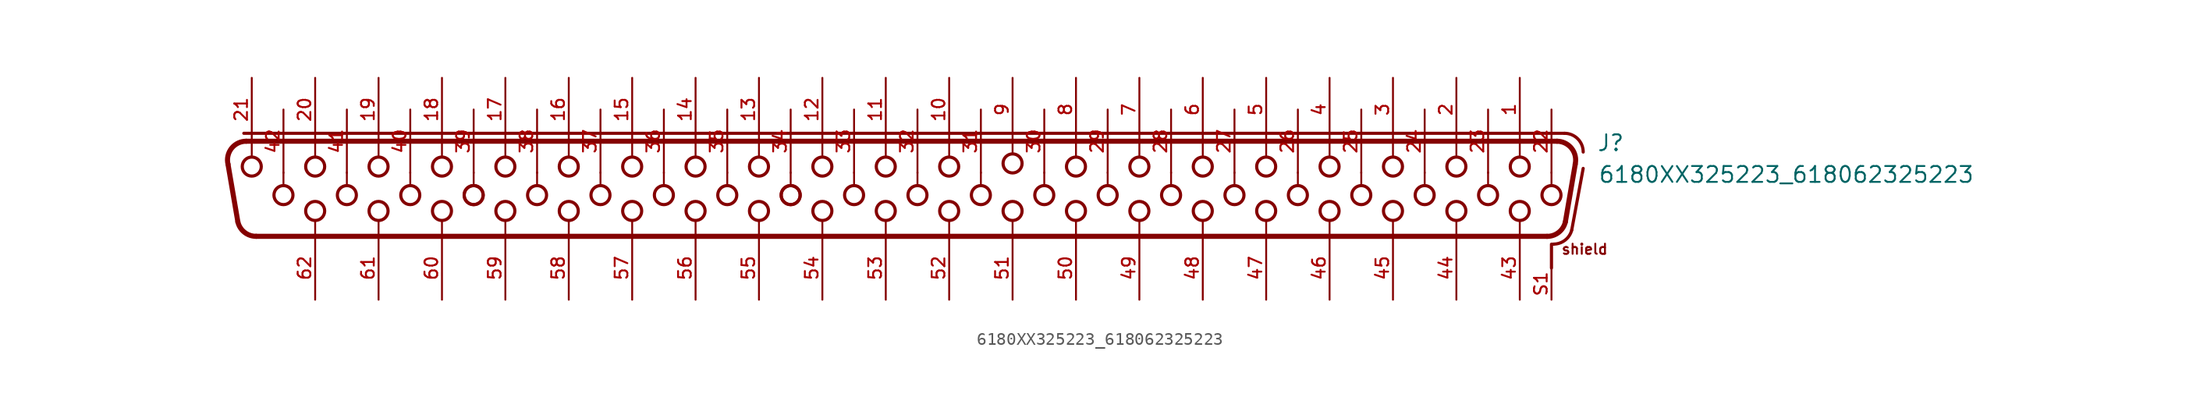
<source format=kicad_sym>
(kicad_symbol_lib
  (version 20231120)
  (generator "kicad_symbol_editor")
  (generator_version "8.0")
  (symbol "6180XX325223_618062325223"
    (pin_names
      (offset 1.016))
    (property "Reference" "J"
      (at 56.96 1.66 0)
      (effects (font (size 1.27 1.27)) (justify left bottom)))
    (property "Value" "6180XX325223_618062325223"
      (at 57.06 -0.88 0)
      (effects (font (size 1.27 1.27)) (justify left bottom)))
    (symbol "6180XX325223_618062325223_0_0"
      (arc (start -51.9129 -3.9248) (mid -51.3868 -4.7539) (end -50.4531 -5.08) (stroke (width 0.4064) (type default)) (fill (type none)))
      (arc (start -51.2444 2.54) (mid -52.4206 1.9708) (end -52.7042 0.6952) (stroke (width 0.4064) (type default)) (fill (type none)))
      (circle (center -50.8 0.508) (radius 0.762) (stroke (width 0.254) (type default)) (fill (type none)))
      (circle (center -48.26 -1.778) (radius 0.762) (stroke (width 0.254) (type default)) (fill (type none)))
      (circle (center -45.72 -3.048) (radius 0.762) (stroke (width 0.254) (type default)) (fill (type none)))
      (circle (center -45.72 0.508) (radius 0.762) (stroke (width 0.254) (type default)) (fill (type none)))
      (circle (center -43.18 -1.778) (radius 0.762) (stroke (width 0.254) (type default)) (fill (type none)))
      (circle (center -40.64 -3.048) (radius 0.762) (stroke (width 0.254) (type default)) (fill (type none)))
      (circle (center -40.64 0.508) (radius 0.762) (stroke (width 0.254) (type default)) (fill (type none)))
      (circle (center -38.1 -1.778) (radius 0.762) (stroke (width 0.254) (type default)) (fill (type none)))
      (circle (center -35.56 -3.048) (radius 0.762) (stroke (width 0.254) (type default)) (fill (type none)))
      (circle (center -35.56 0.508) (radius 0.762) (stroke (width 0.254) (type default)) (fill (type none)))
      (circle (center -33.02 -1.778) (radius 0.762) (stroke (width 0.254) (type default)) (fill (type none)))
      (circle (center -33.02 -1.778) (radius 0.762) (stroke (width 0.254) (type default)) (fill (type none)))
      (circle (center -30.48 -3.048) (radius 0.762) (stroke (width 0.254) (type default)) (fill (type none)))
      (circle (center -30.48 0.508) (radius 0.762) (stroke (width 0.254) (type default)) (fill (type none)))
      (circle (center -27.94 -1.778) (radius 0.762) (stroke (width 0.254) (type default)) (fill (type none)))
      (circle (center -25.4 -3.048) (radius 0.762) (stroke (width 0.254) (type default)) (fill (type none)))
      (circle (center -25.4 0.508) (radius 0.762) (stroke (width 0.254) (type default)) (fill (type none)))
      (circle (center -22.86 -1.778) (radius 0.762) (stroke (width 0.254) (type default)) (fill (type none)))
      (circle (center -20.32 -3.048) (radius 0.762) (stroke (width 0.254) (type default)) (fill (type none)))
      (circle (center -20.32 0.508) (radius 0.762) (stroke (width 0.254) (type default)) (fill (type none)))
      (circle (center -17.78 -1.778) (radius 0.762) (stroke (width 0.254) (type default)) (fill (type none)))
      (circle (center -15.24 -3.048) (radius 0.762) (stroke (width 0.254) (type default)) (fill (type none)))
      (circle (center -15.24 0.508) (radius 0.762) (stroke (width 0.254) (type default)) (fill (type none)))
      (circle (center -12.7 -1.778) (radius 0.762) (stroke (width 0.254) (type default)) (fill (type none)))
      (circle (center -10.16 -3.048) (radius 0.762) (stroke (width 0.254) (type default)) (fill (type none)))
      (circle (center -10.16 0.508) (radius 0.762) (stroke (width 0.254) (type default)) (fill (type none)))
      (circle (center -7.62 -1.778) (radius 0.762) (stroke (width 0.254) (type default)) (fill (type none)))
      (circle (center -7.62 -1.778) (radius 0.762) (stroke (width 0.254) (type default)) (fill (type none)))
      (circle (center -5.08 -3.048) (radius 0.762) (stroke (width 0.254) (type default)) (fill (type none)))
      (circle (center -5.08 0.508) (radius 0.762) (stroke (width 0.254) (type default)) (fill (type none)))
      (circle (center -2.54 -1.778) (radius 0.762) (stroke (width 0.254) (type default)) (fill (type none)))
      (circle (center 0 -3.048) (radius 0.762) (stroke (width 0.254) (type default)) (fill (type none)))
      (polyline (pts (xy -51.913 -3.925) (xy -52.704 0.695)) (stroke (width 0.406) (type default)) (fill (type none)))
      (polyline (pts (xy -51.435 3.175) (xy 54.38 3.175)) (stroke (width 0.254) (type default)) (fill (type none)))
      (polyline (pts (xy -51.244 2.54) (xy 53.784 2.54)) (stroke (width 0.406) (type default)) (fill (type none)))
      (polyline (pts (xy -50.8 2.58) (xy -50.8 1.3)) (stroke (width 0.152) (type default)) (fill (type none)))
      (polyline (pts (xy -48.26 0.04) (xy -48.26 -1.04)) (stroke (width 0.152) (type default)) (fill (type none)))
      (polyline (pts (xy -45.72 -5.12) (xy -45.72 -3.84)) (stroke (width 0.152) (type default)) (fill (type none)))
      (polyline (pts (xy -45.72 2.58) (xy -45.72 1.3)) (stroke (width 0.152) (type default)) (fill (type none)))
      (polyline (pts (xy -43.18 0.04) (xy -43.18 -1.04)) (stroke (width 0.152) (type default)) (fill (type none)))
      (polyline (pts (xy -40.64 -5.12) (xy -40.64 -3.84)) (stroke (width 0.152) (type default)) (fill (type none)))
      (polyline (pts (xy -40.64 2.58) (xy -40.64 1.3)) (stroke (width 0.152) (type default)) (fill (type none)))
      (polyline (pts (xy -38.1 0.04) (xy -38.1 -1.04)) (stroke (width 0.152) (type default)) (fill (type none)))
      (polyline (pts (xy -35.56 -5.12) (xy -35.56 -3.84)) (stroke (width 0.152) (type default)) (fill (type none)))
      (polyline (pts (xy -35.56 2.58) (xy -35.56 1.3)) (stroke (width 0.152) (type default)) (fill (type none)))
      (polyline (pts (xy -33.02 0.04) (xy -33.02 -1.04)) (stroke (width 0.152) (type default)) (fill (type none)))
      (polyline (pts (xy -30.48 -5.12) (xy -30.48 -3.84)) (stroke (width 0.152) (type default)) (fill (type none)))
      (polyline (pts (xy -30.48 2.58) (xy -30.48 1.3)) (stroke (width 0.152) (type default)) (fill (type none)))
      (polyline (pts (xy -27.94 0.04) (xy -27.94 -1.04)) (stroke (width 0.152) (type default)) (fill (type none)))
      (polyline (pts (xy -25.4 -5.12) (xy -25.4 -3.84)) (stroke (width 0.152) (type default)) (fill (type none)))
      (polyline (pts (xy -25.4 2.58) (xy -25.4 1.3)) (stroke (width 0.152) (type default)) (fill (type none)))
      (polyline (pts (xy -22.86 0.04) (xy -22.86 -1.04)) (stroke (width 0.152) (type default)) (fill (type none)))
      (polyline (pts (xy -20.32 -5.12) (xy -20.32 -3.84)) (stroke (width 0.152) (type default)) (fill (type none)))
      (polyline (pts (xy -20.32 2.58) (xy -20.32 1.3)) (stroke (width 0.152) (type default)) (fill (type none)))
      (polyline (pts (xy -17.78 0.04) (xy -17.78 -1.04)) (stroke (width 0.152) (type default)) (fill (type none)))
      (polyline (pts (xy -15.24 -5.12) (xy -15.24 -3.84)) (stroke (width 0.152) (type default)) (fill (type none)))
      (polyline (pts (xy -15.24 2.58) (xy -15.24 1.3)) (stroke (width 0.152) (type default)) (fill (type none)))
      (polyline (pts (xy -12.7 0.04) (xy -12.7 -1.04)) (stroke (width 0.152) (type default)) (fill (type none)))
      (polyline (pts (xy -10.16 -5.12) (xy -10.16 -3.84)) (stroke (width 0.152) (type default)) (fill (type none)))
      (polyline (pts (xy -10.16 2.58) (xy -10.16 1.3)) (stroke (width 0.152) (type default)) (fill (type none)))
      (polyline (pts (xy -7.62 0.04) (xy -7.62 -1.04)) (stroke (width 0.152) (type default)) (fill (type none)))
      (polyline (pts (xy -5.08 -5.12) (xy -5.08 -3.84)) (stroke (width 0.152) (type default)) (fill (type none)))
      (polyline (pts (xy -5.08 2.58) (xy -5.08 1.3)) (stroke (width 0.152) (type default)) (fill (type none)))
      (polyline (pts (xy -2.54 0.04) (xy -2.54 -1.04)) (stroke (width 0.152) (type default)) (fill (type none)))
      (polyline (pts (xy 0 -5.12) (xy 0 -3.84)) (stroke (width 0.152) (type default)) (fill (type none)))
      (polyline (pts (xy 0 2.58) (xy 0 1.3)) (stroke (width 0.152) (type default)) (fill (type none)))
      (polyline (pts (xy 2.54 0.04) (xy 2.54 -1.04)) (stroke (width 0.152) (type default)) (fill (type none)))
      (polyline (pts (xy 5.08 -5.12) (xy 5.08 -3.84)) (stroke (width 0.152) (type default)) (fill (type none)))
      (polyline (pts (xy 5.08 2.58) (xy 5.08 1.3)) (stroke (width 0.152) (type default)) (fill (type none)))
      (polyline (pts (xy 7.62 0.04) (xy 7.62 -1.04)) (stroke (width 0.152) (type default)) (fill (type none)))
      (polyline (pts (xy 10.16 -5.12) (xy 10.16 -3.84)) (stroke (width 0.152) (type default)) (fill (type none)))
      (polyline (pts (xy 10.16 2.58) (xy 10.16 1.5)) (stroke (width 0.152) (type default)) (fill (type none)))
      (polyline (pts (xy 12.7 0.04) (xy 12.7 -1.04)) (stroke (width 0.152) (type default)) (fill (type none)))
      (polyline (pts (xy 15.24 -5.12) (xy 15.24 -3.84)) (stroke (width 0.152) (type default)) (fill (type none)))
      (polyline (pts (xy 15.24 2.58) (xy 15.24 1.3)) (stroke (width 0.152) (type default)) (fill (type none)))
      (polyline (pts (xy 17.78 0.04) (xy 17.78 -1.04)) (stroke (width 0.152) (type default)) (fill (type none)))
      (polyline (pts (xy 20.32 -5.12) (xy 20.32 -3.84)) (stroke (width 0.152) (type default)) (fill (type none)))
      (polyline (pts (xy 20.32 2.58) (xy 20.32 1.3)) (stroke (width 0.152) (type default)) (fill (type none)))
      (polyline (pts (xy 22.86 0.04) (xy 22.86 -1.04)) (stroke (width 0.152) (type default)) (fill (type none)))
      (polyline (pts (xy 25.4 -5.12) (xy 25.4 -3.84)) (stroke (width 0.152) (type default)) (fill (type none)))
      (polyline (pts (xy 25.4 2.58) (xy 25.4 1.3)) (stroke (width 0.152) (type default)) (fill (type none)))
      (polyline (pts (xy 27.94 0.04) (xy 27.94 -1.04)) (stroke (width 0.152) (type default)) (fill (type none)))
      (polyline (pts (xy 30.48 -5.12) (xy 30.48 -3.84)) (stroke (width 0.152) (type default)) (fill (type none)))
      (polyline (pts (xy 30.48 2.58) (xy 30.48 1.3)) (stroke (width 0.152) (type default)) (fill (type none)))
      (polyline (pts (xy 33.02 0.04) (xy 33.02 -1.04)) (stroke (width 0.152) (type default)) (fill (type none)))
      (polyline (pts (xy 35.56 -5.12) (xy 35.56 -3.84)) (stroke (width 0.152) (type default)) (fill (type none)))
      (polyline (pts (xy 35.56 2.58) (xy 35.56 1.3)) (stroke (width 0.152) (type default)) (fill (type none)))
      (polyline (pts (xy 38.1 0.04) (xy 38.1 -1.04)) (stroke (width 0.152) (type default)) (fill (type none)))
      (polyline (pts (xy 40.64 -5.12) (xy 40.64 -3.84)) (stroke (width 0.152) (type default)) (fill (type none)))
      (polyline (pts (xy 40.64 2.58) (xy 40.64 1.3)) (stroke (width 0.152) (type default)) (fill (type none)))
      (polyline (pts (xy 43.18 0.04) (xy 43.18 -1.04)) (stroke (width 0.152) (type default)) (fill (type none)))
      (polyline (pts (xy 45.72 -5.12) (xy 45.72 -3.84)) (stroke (width 0.152) (type default)) (fill (type none)))
      (polyline (pts (xy 45.72 2.58) (xy 45.72 1.3)) (stroke (width 0.152) (type default)) (fill (type none)))
      (polyline (pts (xy 48.26 0.04) (xy 48.26 -1.04)) (stroke (width 0.152) (type default)) (fill (type none)))
      (polyline (pts (xy 50.8 -5.12) (xy 50.8 -3.84)) (stroke (width 0.152) (type default)) (fill (type none)))
      (polyline (pts (xy 50.8 2.58) (xy 50.8 1.3)) (stroke (width 0.152) (type default)) (fill (type none)))
      (polyline (pts (xy 52.993 -5.08) (xy -50.453 -5.08)) (stroke (width 0.406) (type default)) (fill (type none)))
      (polyline (pts (xy 53.34 -5.715) (xy 53.34 -7.62)) (stroke (width 0.254) (type default)) (fill (type none)))
      (polyline (pts (xy 53.34 0.04) (xy 53.34 -1.04)) (stroke (width 0.152) (type default)) (fill (type none)))
      (polyline (pts (xy 53.38 -5.71) (xy 53.509 -5.71)) (stroke (width 0.254) (type default)) (fill (type none)))
      (polyline (pts (xy 54.964 -4.574) (xy 55.88 0.36)) (stroke (width 0.254) (type default)) (fill (type none)))
      (polyline (pts (xy 55.244 0.695) (xy 54.453 -3.925)) (stroke (width 0.406) (type default)) (fill (type none)))
      (circle (center 0 0.508) (radius 0.762) (stroke (width 0.254) (type default)) (fill (type none)))
      (circle (center 2.54 -1.778) (radius 0.762) (stroke (width 0.254) (type default)) (fill (type none)))
      (circle (center 5.08 -3.048) (radius 0.762) (stroke (width 0.254) (type default)) (fill (type none)))
      (circle (center 5.08 0.508) (radius 0.762) (stroke (width 0.254) (type default)) (fill (type none)))
      (circle (center 7.62 -1.778) (radius 0.762) (stroke (width 0.254) (type default)) (fill (type none)))
      (circle (center 10.16 -3.048) (radius 0.762) (stroke (width 0.254) (type default)) (fill (type none)))
      (circle (center 10.16 0.762) (radius 0.762) (stroke (width 0.254) (type default)) (fill (type none)))
      (circle (center 12.7 -1.778) (radius 0.762) (stroke (width 0.254) (type default)) (fill (type none)))
      (circle (center 15.24 -3.048) (radius 0.762) (stroke (width 0.254) (type default)) (fill (type none)))
      (circle (center 15.24 0.508) (radius 0.762) (stroke (width 0.254) (type default)) (fill (type none)))
      (circle (center 17.78 -1.778) (radius 0.762) (stroke (width 0.254) (type default)) (fill (type none)))
      (circle (center 20.32 -3.048) (radius 0.762) (stroke (width 0.254) (type default)) (fill (type none)))
      (circle (center 20.32 0.508) (radius 0.762) (stroke (width 0.254) (type default)) (fill (type none)))
      (circle (center 22.86 -1.778) (radius 0.762) (stroke (width 0.254) (type default)) (fill (type none)))
      (circle (center 25.4 -3.048) (radius 0.762) (stroke (width 0.254) (type default)) (fill (type none)))
      (circle (center 25.4 0.508) (radius 0.762) (stroke (width 0.254) (type default)) (fill (type none)))
      (circle (center 27.94 -1.778) (radius 0.762) (stroke (width 0.254) (type default)) (fill (type none)))
      (circle (center 30.48 -3.048) (radius 0.762) (stroke (width 0.254) (type default)) (fill (type none)))
      (circle (center 30.48 0.508) (radius 0.762) (stroke (width 0.254) (type default)) (fill (type none)))
      (circle (center 33.02 -1.778) (radius 0.762) (stroke (width 0.254) (type default)) (fill (type none)))
      (circle (center 35.56 -3.048) (radius 0.762) (stroke (width 0.254) (type default)) (fill (type none)))
      (circle (center 35.56 0.508) (radius 0.762) (stroke (width 0.254) (type default)) (fill (type none)))
      (circle (center 38.1 -1.778) (radius 0.762) (stroke (width 0.254) (type default)) (fill (type none)))
      (circle (center 40.64 -3.048) (radius 0.762) (stroke (width 0.254) (type default)) (fill (type none)))
      (circle (center 40.64 0.508) (radius 0.762) (stroke (width 0.254) (type default)) (fill (type none)))
      (circle (center 43.18 -1.778) (radius 0.762) (stroke (width 0.254) (type default)) (fill (type none)))
      (circle (center 45.72 -3.048) (radius 0.762) (stroke (width 0.254) (type default)) (fill (type none)))
      (circle (center 45.72 0.508) (radius 0.762) (stroke (width 0.254) (type default)) (fill (type none)))
      (circle (center 48.26 -1.778) (radius 0.762) (stroke (width 0.254) (type default)) (fill (type none)))
      (circle (center 50.8 -3.048) (radius 0.762) (stroke (width 0.254) (type default)) (fill (type none)))
      (circle (center 50.8 0.508) (radius 0.762) (stroke (width 0.254) (type default)) (fill (type none)))
      (arc (start 52.9931 -5.08) (mid 53.9208 -4.7586) (end 54.4529 -3.9248) (stroke (width 0.4064) (type default)) (fill (type none)))
      (circle (center 53.34 -1.778) (radius 0.762) (stroke (width 0.254) (type default)) (fill (type none)))
      (arc (start 53.5088 -5.71) (mid 54.4325 -5.3928) (end 54.9641 -4.5738) (stroke (width 0.254) (type default)) (fill (type none)))
      (arc (start 55.2442 0.6952) (mid 54.9583 1.9738) (end 53.7844 2.54) (stroke (width 0.4064) (type default)) (fill (type none)))
      (arc (start 55.88 1.675) (mid 55.4407 2.7357) (end 54.38 3.175) (stroke (width 0.254) (type default)) (fill (type none)))
      (text "shield" (at 54.08 -6.59 0) (effects (font (size 0.813 0.813)) (justify left bottom)))
      (pin bidirectional line (at 50.8 7.62 270) (length 5.08) (name "~" (effects (font (size 1.016 1.016)))) (number "1" (effects (font (size 1.016 1.016)))))
      (pin bidirectional line (at 5.08 7.62 270) (length 5.08) (name "~" (effects (font (size 1.016 1.016)))) (number "10" (effects (font (size 1.016 1.016)))))
      (pin bidirectional line (at 0 7.62 270) (length 5.08) (name "~" (effects (font (size 1.016 1.016)))) (number "11" (effects (font (size 1.016 1.016)))))
      (pin bidirectional line (at -5.08 7.62 270) (length 5.08) (name "~" (effects (font (size 1.016 1.016)))) (number "12" (effects (font (size 1.016 1.016)))))
      (pin bidirectional line (at -10.16 7.62 270) (length 5.08) (name "~" (effects (font (size 1.016 1.016)))) (number "13" (effects (font (size 1.016 1.016)))))
      (pin bidirectional line (at -15.24 7.62 270) (length 5.08) (name "~" (effects (font (size 1.016 1.016)))) (number "14" (effects (font (size 1.016 1.016)))))
      (pin bidirectional line (at -20.32 7.62 270) (length 5.08) (name "~" (effects (font (size 1.016 1.016)))) (number "15" (effects (font (size 1.016 1.016)))))
      (pin bidirectional line (at -25.4 7.62 270) (length 5.08) (name "~" (effects (font (size 1.016 1.016)))) (number "16" (effects (font (size 1.016 1.016)))))
      (pin bidirectional line (at -30.48 7.62 270) (length 5.08) (name "~" (effects (font (size 1.016 1.016)))) (number "17" (effects (font (size 1.016 1.016)))))
      (pin bidirectional line (at -35.56 7.62 270) (length 5.08) (name "~" (effects (font (size 1.016 1.016)))) (number "18" (effects (font (size 1.016 1.016)))))
      (pin bidirectional line (at -40.64 7.62 270) (length 5.08) (name "~" (effects (font (size 1.016 1.016)))) (number "19" (effects (font (size 1.016 1.016)))))
      (pin bidirectional line (at 45.72 7.62 270) (length 5.08) (name "~" (effects (font (size 1.016 1.016)))) (number "2" (effects (font (size 1.016 1.016)))))
      (pin bidirectional line (at -45.72 7.62 270) (length 5.08) (name "~" (effects (font (size 1.016 1.016)))) (number "20" (effects (font (size 1.016 1.016)))))
      (pin bidirectional line (at -50.8 7.62 270) (length 5.08) (name "~" (effects (font (size 1.016 1.016)))) (number "21" (effects (font (size 1.016 1.016)))))
      (pin bidirectional line (at 53.34 5.08 270) (length 5.08) (name "~" (effects (font (size 1.016 1.016)))) (number "22" (effects (font (size 1.016 1.016)))))
      (pin bidirectional line (at 48.26 5.08 270) (length 5.08) (name "~" (effects (font (size 1.016 1.016)))) (number "23" (effects (font (size 1.016 1.016)))))
      (pin bidirectional line (at 43.18 5.08 270) (length 5.08) (name "~" (effects (font (size 1.016 1.016)))) (number "24" (effects (font (size 1.016 1.016)))))
      (pin bidirectional line (at 38.1 5.08 270) (length 5.08) (name "~" (effects (font (size 1.016 1.016)))) (number "25" (effects (font (size 1.016 1.016)))))
      (pin bidirectional line (at 33.02 5.08 270) (length 5.08) (name "~" (effects (font (size 1.016 1.016)))) (number "26" (effects (font (size 1.016 1.016)))))
      (pin bidirectional line (at 27.94 5.08 270) (length 5.08) (name "~" (effects (font (size 1.016 1.016)))) (number "27" (effects (font (size 1.016 1.016)))))
      (pin bidirectional line (at 22.86 5.08 270) (length 5.08) (name "~" (effects (font (size 1.016 1.016)))) (number "28" (effects (font (size 1.016 1.016)))))
      (pin bidirectional line (at 17.78 5.08 270) (length 5.08) (name "~" (effects (font (size 1.016 1.016)))) (number "29" (effects (font (size 1.016 1.016)))))
      (pin bidirectional line (at 40.64 7.62 270) (length 5.08) (name "~" (effects (font (size 1.016 1.016)))) (number "3" (effects (font (size 1.016 1.016)))))
      (pin bidirectional line (at 12.7 5.08 270) (length 5.08) (name "~" (effects (font (size 1.016 1.016)))) (number "30" (effects (font (size 1.016 1.016)))))
      (pin bidirectional line (at 7.62 5.08 270) (length 5.08) (name "~" (effects (font (size 1.016 1.016)))) (number "31" (effects (font (size 1.016 1.016)))))
      (pin bidirectional line (at 2.54 5.08 270) (length 5.08) (name "~" (effects (font (size 1.016 1.016)))) (number "32" (effects (font (size 1.016 1.016)))))
      (pin bidirectional line (at -2.54 5.08 270) (length 5.08) (name "~" (effects (font (size 1.016 1.016)))) (number "33" (effects (font (size 1.016 1.016)))))
      (pin bidirectional line (at -7.62 5.08 270) (length 5.08) (name "~" (effects (font (size 1.016 1.016)))) (number "34" (effects (font (size 1.016 1.016)))))
      (pin bidirectional line (at -12.7 5.08 270) (length 5.08) (name "~" (effects (font (size 1.016 1.016)))) (number "35" (effects (font (size 1.016 1.016)))))
      (pin bidirectional line (at -17.78 5.08 270) (length 5.08) (name "~" (effects (font (size 1.016 1.016)))) (number "36" (effects (font (size 1.016 1.016)))))
      (pin bidirectional line (at -22.86 5.08 270) (length 5.08) (name "~" (effects (font (size 1.016 1.016)))) (number "37" (effects (font (size 1.016 1.016)))))
      (pin bidirectional line (at -27.94 5.08 270) (length 5.08) (name "~" (effects (font (size 1.016 1.016)))) (number "38" (effects (font (size 1.016 1.016)))))
      (pin bidirectional line (at -33.02 5.08 270) (length 5.08) (name "~" (effects (font (size 1.016 1.016)))) (number "39" (effects (font (size 1.016 1.016)))))
      (pin bidirectional line (at 35.56 7.62 270) (length 5.08) (name "~" (effects (font (size 1.016 1.016)))) (number "4" (effects (font (size 1.016 1.016)))))
      (pin bidirectional line (at -38.1 5.08 270) (length 5.08) (name "~" (effects (font (size 1.016 1.016)))) (number "40" (effects (font (size 1.016 1.016)))))
      (pin bidirectional line (at -43.18 5.08 270) (length 5.08) (name "~" (effects (font (size 1.016 1.016)))) (number "41" (effects (font (size 1.016 1.016)))))
      (pin bidirectional line (at -48.26 5.08 270) (length 5.08) (name "~" (effects (font (size 1.016 1.016)))) (number "42" (effects (font (size 1.016 1.016)))))
      (pin bidirectional line (at 50.8 -10.16 90) (length 5.08) (name "~" (effects (font (size 1.016 1.016)))) (number "43" (effects (font (size 1.016 1.016)))))
      (pin bidirectional line (at 45.72 -10.16 90) (length 5.08) (name "~" (effects (font (size 1.016 1.016)))) (number "44" (effects (font (size 1.016 1.016)))))
      (pin bidirectional line (at 40.64 -10.16 90) (length 5.08) (name "~" (effects (font (size 1.016 1.016)))) (number "45" (effects (font (size 1.016 1.016)))))
      (pin bidirectional line (at 35.56 -10.16 90) (length 5.08) (name "~" (effects (font (size 1.016 1.016)))) (number "46" (effects (font (size 1.016 1.016)))))
      (pin bidirectional line (at 30.48 -10.16 90) (length 5.08) (name "~" (effects (font (size 1.016 1.016)))) (number "47" (effects (font (size 1.016 1.016)))))
      (pin bidirectional line (at 25.4 -10.16 90) (length 5.08) (name "~" (effects (font (size 1.016 1.016)))) (number "48" (effects (font (size 1.016 1.016)))))
      (pin bidirectional line (at 20.32 -10.16 90) (length 5.08) (name "~" (effects (font (size 1.016 1.016)))) (number "49" (effects (font (size 1.016 1.016)))))
      (pin bidirectional line (at 30.48 7.62 270) (length 5.08) (name "~" (effects (font (size 1.016 1.016)))) (number "5" (effects (font (size 1.016 1.016)))))
      (pin bidirectional line (at 15.24 -10.16 90) (length 5.08) (name "~" (effects (font (size 1.016 1.016)))) (number "50" (effects (font (size 1.016 1.016)))))
      (pin bidirectional line (at 10.16 -10.16 90) (length 5.08) (name "~" (effects (font (size 1.016 1.016)))) (number "51" (effects (font (size 1.016 1.016)))))
      (pin bidirectional line (at 5.08 -10.16 90) (length 5.08) (name "~" (effects (font (size 1.016 1.016)))) (number "52" (effects (font (size 1.016 1.016)))))
      (pin bidirectional line (at 0 -10.16 90) (length 5.08) (name "~" (effects (font (size 1.016 1.016)))) (number "53" (effects (font (size 1.016 1.016)))))
      (pin bidirectional line (at -5.08 -10.16 90) (length 5.08) (name "~" (effects (font (size 1.016 1.016)))) (number "54" (effects (font (size 1.016 1.016)))))
      (pin bidirectional line (at -10.16 -10.16 90) (length 5.08) (name "~" (effects (font (size 1.016 1.016)))) (number "55" (effects (font (size 1.016 1.016)))))
      (pin bidirectional line (at -15.24 -10.16 90) (length 5.08) (name "~" (effects (font (size 1.016 1.016)))) (number "56" (effects (font (size 1.016 1.016)))))
      (pin bidirectional line (at -20.32 -10.16 90) (length 5.08) (name "~" (effects (font (size 1.016 1.016)))) (number "57" (effects (font (size 1.016 1.016)))))
      (pin bidirectional line (at -25.4 -10.16 90) (length 5.08) (name "~" (effects (font (size 1.016 1.016)))) (number "58" (effects (font (size 1.016 1.016)))))
      (pin bidirectional line (at -30.48 -10.16 90) (length 5.08) (name "~" (effects (font (size 1.016 1.016)))) (number "59" (effects (font (size 1.016 1.016)))))
      (pin bidirectional line (at 25.4 7.62 270) (length 5.08) (name "~" (effects (font (size 1.016 1.016)))) (number "6" (effects (font (size 1.016 1.016)))))
      (pin bidirectional line (at -35.56 -10.16 90) (length 5.08) (name "~" (effects (font (size 1.016 1.016)))) (number "60" (effects (font (size 1.016 1.016)))))
      (pin bidirectional line (at -40.64 -10.16 90) (length 5.08) (name "~" (effects (font (size 1.016 1.016)))) (number "61" (effects (font (size 1.016 1.016)))))
      (pin bidirectional line (at -45.72 -10.16 90) (length 5.08) (name "~" (effects (font (size 1.016 1.016)))) (number "62" (effects (font (size 1.016 1.016)))))
      (pin bidirectional line (at 20.32 7.62 270) (length 5.08) (name "~" (effects (font (size 1.016 1.016)))) (number "7" (effects (font (size 1.016 1.016)))))
      (pin bidirectional line (at 15.24 7.62 270) (length 5.08) (name "~" (effects (font (size 1.016 1.016)))) (number "8" (effects (font (size 1.016 1.016)))))
      (pin bidirectional line (at 10.16 7.62 270) (length 5.08) (name "~" (effects (font (size 1.016 1.016)))) (number "9" (effects (font (size 1.016 1.016)))))
      (pin bidirectional line (at 53.34 -10.16 90) (length 2.54) (name "~" (effects (font (size 1.016 1.016)))) (number "S1" (effects (font (size 1.016 1.016))))))))
</source>
